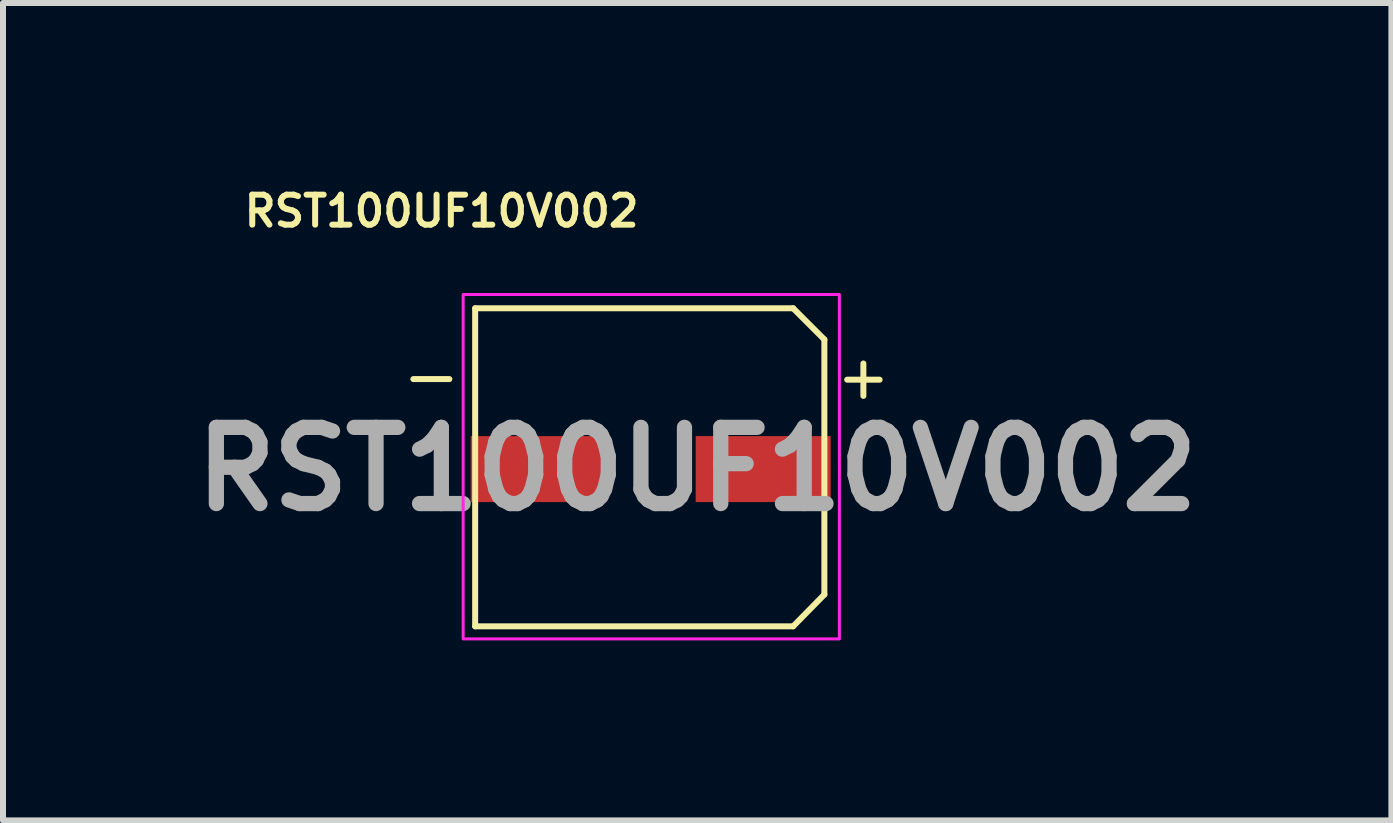
<source format=kicad_pcb>
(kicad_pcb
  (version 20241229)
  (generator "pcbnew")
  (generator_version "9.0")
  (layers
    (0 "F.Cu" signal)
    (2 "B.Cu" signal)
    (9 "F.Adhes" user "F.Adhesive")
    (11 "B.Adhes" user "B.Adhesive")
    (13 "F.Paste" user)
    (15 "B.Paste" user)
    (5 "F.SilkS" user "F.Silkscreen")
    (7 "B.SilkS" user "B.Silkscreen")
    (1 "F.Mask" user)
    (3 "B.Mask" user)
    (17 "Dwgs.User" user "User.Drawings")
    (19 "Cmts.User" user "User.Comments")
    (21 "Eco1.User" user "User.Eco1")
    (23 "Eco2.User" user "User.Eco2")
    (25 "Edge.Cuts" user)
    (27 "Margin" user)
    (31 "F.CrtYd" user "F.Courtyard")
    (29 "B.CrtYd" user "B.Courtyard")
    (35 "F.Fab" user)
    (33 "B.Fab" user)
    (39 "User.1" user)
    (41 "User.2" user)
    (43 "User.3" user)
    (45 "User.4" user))
  (footprint "RST100UF10V002"
    (layer "F.Cu")
    (at 5.919 4.768)
    (property "Reference" "RST100UF10V002" (at -1.61 -4.3 0) (unlocked yes) (layer "F.SilkS") (effects (font (size 0.5 0.5) (thickness 0.1))))
    (attr smd)
    (fp_line (start -2.08 -1.5) (end -1.48 -1.5) (stroke (width 0.1) (type default)) (layer "F.SilkS"))
    (fp_line (start -1.05 -2.68) (end -1.05 2.62) (stroke (width 0.1) (type default)) (layer "F.SilkS"))
    (fp_line (start -1.05 -2.68) (end 4.25 -2.68) (stroke (width 0.1) (type default)) (layer "F.SilkS"))
    (fp_line (start -1.05 2.62) (end 4.25 2.62) (stroke (width 0.1) (type default)) (layer "F.SilkS"))
    (fp_line (start 4.25 -2.68) (end 4.77 -2.16) (stroke (width 0.1) (type default)) (layer "F.SilkS"))
    (fp_line (start 4.25 2.62) (end 4.77 2.09) (stroke (width 0.1) (type default)) (layer "F.SilkS"))
    (fp_line (start 4.77 2.09) (end 4.77 -2.16) (stroke (width 0.1) (type default)) (layer "F.SilkS"))
    (fp_line (start 5.15 -1.49) (end 5.69 -1.49) (stroke (width 0.1) (type default)) (layer "F.SilkS"))
    (fp_line (start 5.42 -1.76) (end 5.42 -1.22) (stroke (width 0.1) (type default)) (layer "F.SilkS"))
    (fp_rect (start -1.25 -2.91) (end 5.02 2.83) (stroke (width 0.05) (type default)) (fill no) (layer "F.CrtYd"))
    (fp_text user "${REFERENCE}" (at 2.65 0 180) (layer "F.Fab") (effects (font (size 1.27 1.27) (thickness 0.254))))
    (pad "1" smd rect (at 3.75 0 90) (size 1.1 2.25) (layers "F.Cu" "F.Mask" "F.Paste"))
    (pad "2" smd rect (at 0 0 90) (size 1.1 2.25) (layers "F.Cu" "F.Mask" "F.Paste")))
  (gr_rect
    (start -3 -3)
    (end 20.139 10.623)
    (stroke (width 0.1) (type default))
    (fill no)
    (layer "Edge.Cuts")))
</source>
